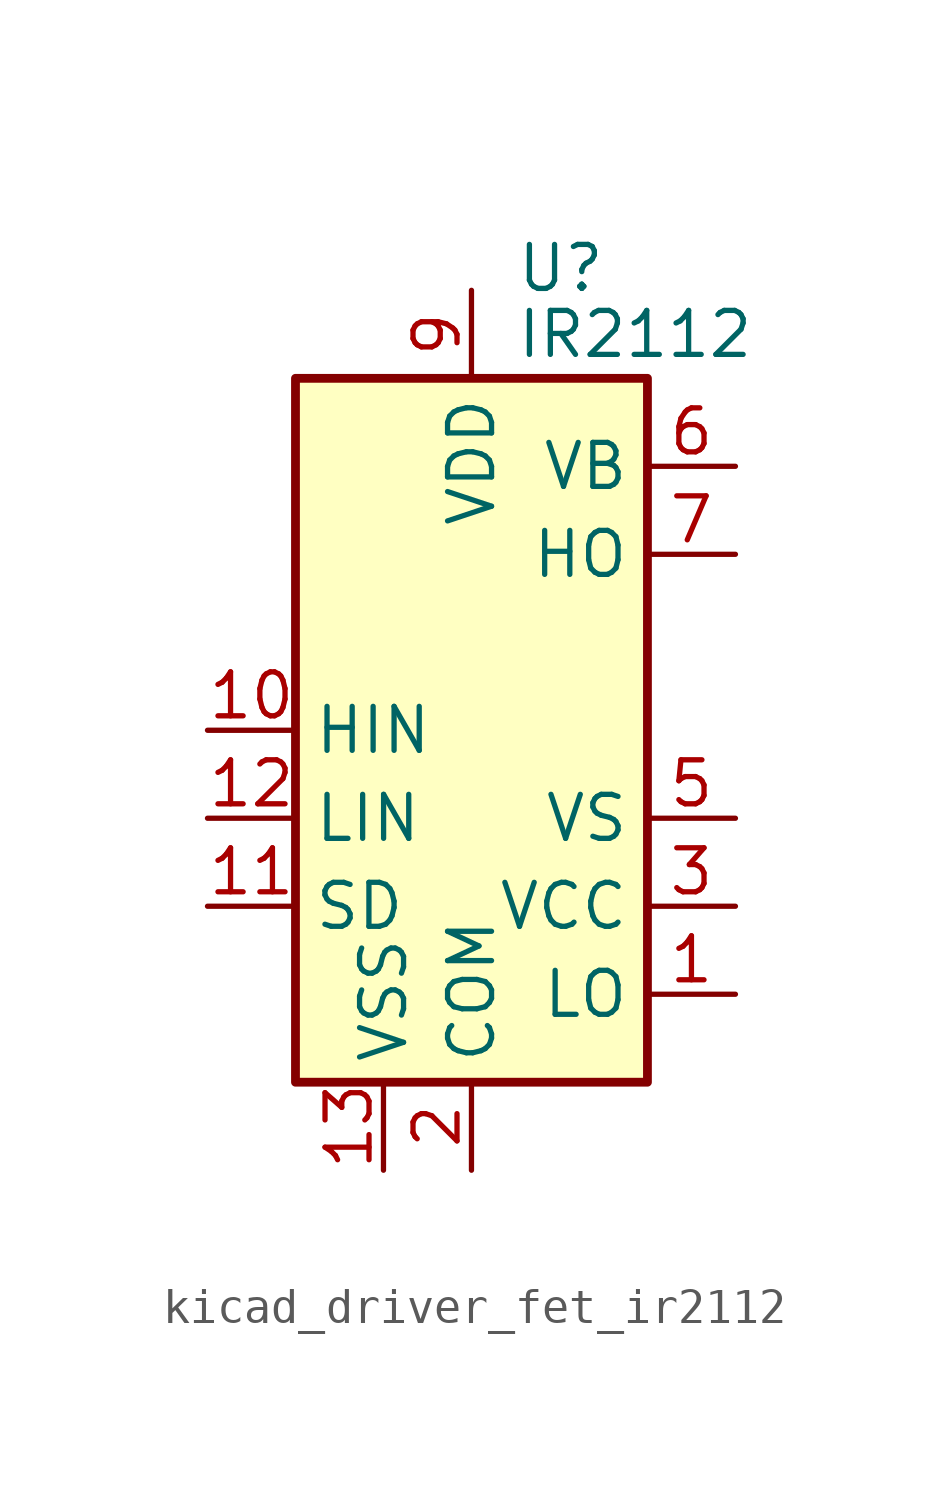
<source format=kicad_sym>
(kicad_symbol_lib
  (version 20220914)
  (generator kicad_symbol_editor)
  (symbol "kicad_driver_fet_ir2112"
    (property "Reference" "U"
      (at 1.27 13.335 0)
      (effects (font (size 1.27 1.27)) (justify left)))
    (property "Value" "IR2112"
      (at 1.27 11.43 0)
      (effects (font (size 1.27 1.27)) (justify left)))
    (symbol "kicad_driver_fet_ir2112_0_1"
      (rectangle (start -5.08 -10.16) (end 5.08 10.16) (stroke (width 0.254) (type default)) (fill (type background))))
    (symbol "kicad_driver_fet_ir2112_1_1"
      (pin output line (at 7.62 -7.62 180) (length 2.54) (name "LO" (effects (font (size 1.27 1.27)))) (number "1" (effects (font (size 1.27 1.27)))))
      (pin input line (at -7.62 0 0) (length 2.54) (name "HIN" (effects (font (size 1.27 1.27)))) (number "10" (effects (font (size 1.27 1.27)))))
      (pin input line (at -7.62 -5.08 0) (length 2.54) (name "SD" (effects (font (size 1.27 1.27)))) (number "11" (effects (font (size 1.27 1.27)))))
      (pin input line (at -7.62 -2.54 0) (length 2.54) (name "LIN" (effects (font (size 1.27 1.27)))) (number "12" (effects (font (size 1.27 1.27)))))
      (pin power_in line (at -2.54 -12.7 90) (length 2.54) (name "VSS" (effects (font (size 1.27 1.27)))) (number "13" (effects (font (size 1.27 1.27)))))
      (pin no_connect line (at -5.08 2.54 0) (length 2.54) hide (name "NC" (effects (font (size 1.27 1.27)))) (number "14" (effects (font (size 1.27 1.27)))))
      (pin power_in line (at 0 -12.7 90) (length 2.54) (name "COM" (effects (font (size 1.27 1.27)))) (number "2" (effects (font (size 1.27 1.27)))))
      (pin power_in line (at 7.62 -5.08 180) (length 2.54) (name "VCC" (effects (font (size 1.27 1.27)))) (number "3" (effects (font (size 1.27 1.27)))))
      (pin no_connect line (at -5.08 7.62 0) (length 2.54) hide (name "NC" (effects (font (size 1.27 1.27)))) (number "4" (effects (font (size 1.27 1.27)))))
      (pin passive line (at 7.62 -2.54 180) (length 2.54) (name "VS" (effects (font (size 1.27 1.27)))) (number "5" (effects (font (size 1.27 1.27)))))
      (pin passive line (at 7.62 7.62 180) (length 2.54) (name "VB" (effects (font (size 1.27 1.27)))) (number "6" (effects (font (size 1.27 1.27)))))
      (pin output line (at 7.62 5.08 180) (length 2.54) (name "HO" (effects (font (size 1.27 1.27)))) (number "7" (effects (font (size 1.27 1.27)))))
      (pin no_connect line (at -5.08 5.08 0) (length 2.54) hide (name "NC" (effects (font (size 1.27 1.27)))) (number "8" (effects (font (size 1.27 1.27)))))
      (pin power_in line (at 0 12.7 270) (length 2.54) (name "VDD" (effects (font (size 1.27 1.27)))) (number "9" (effects (font (size 1.27 1.27))))))))
</source>
